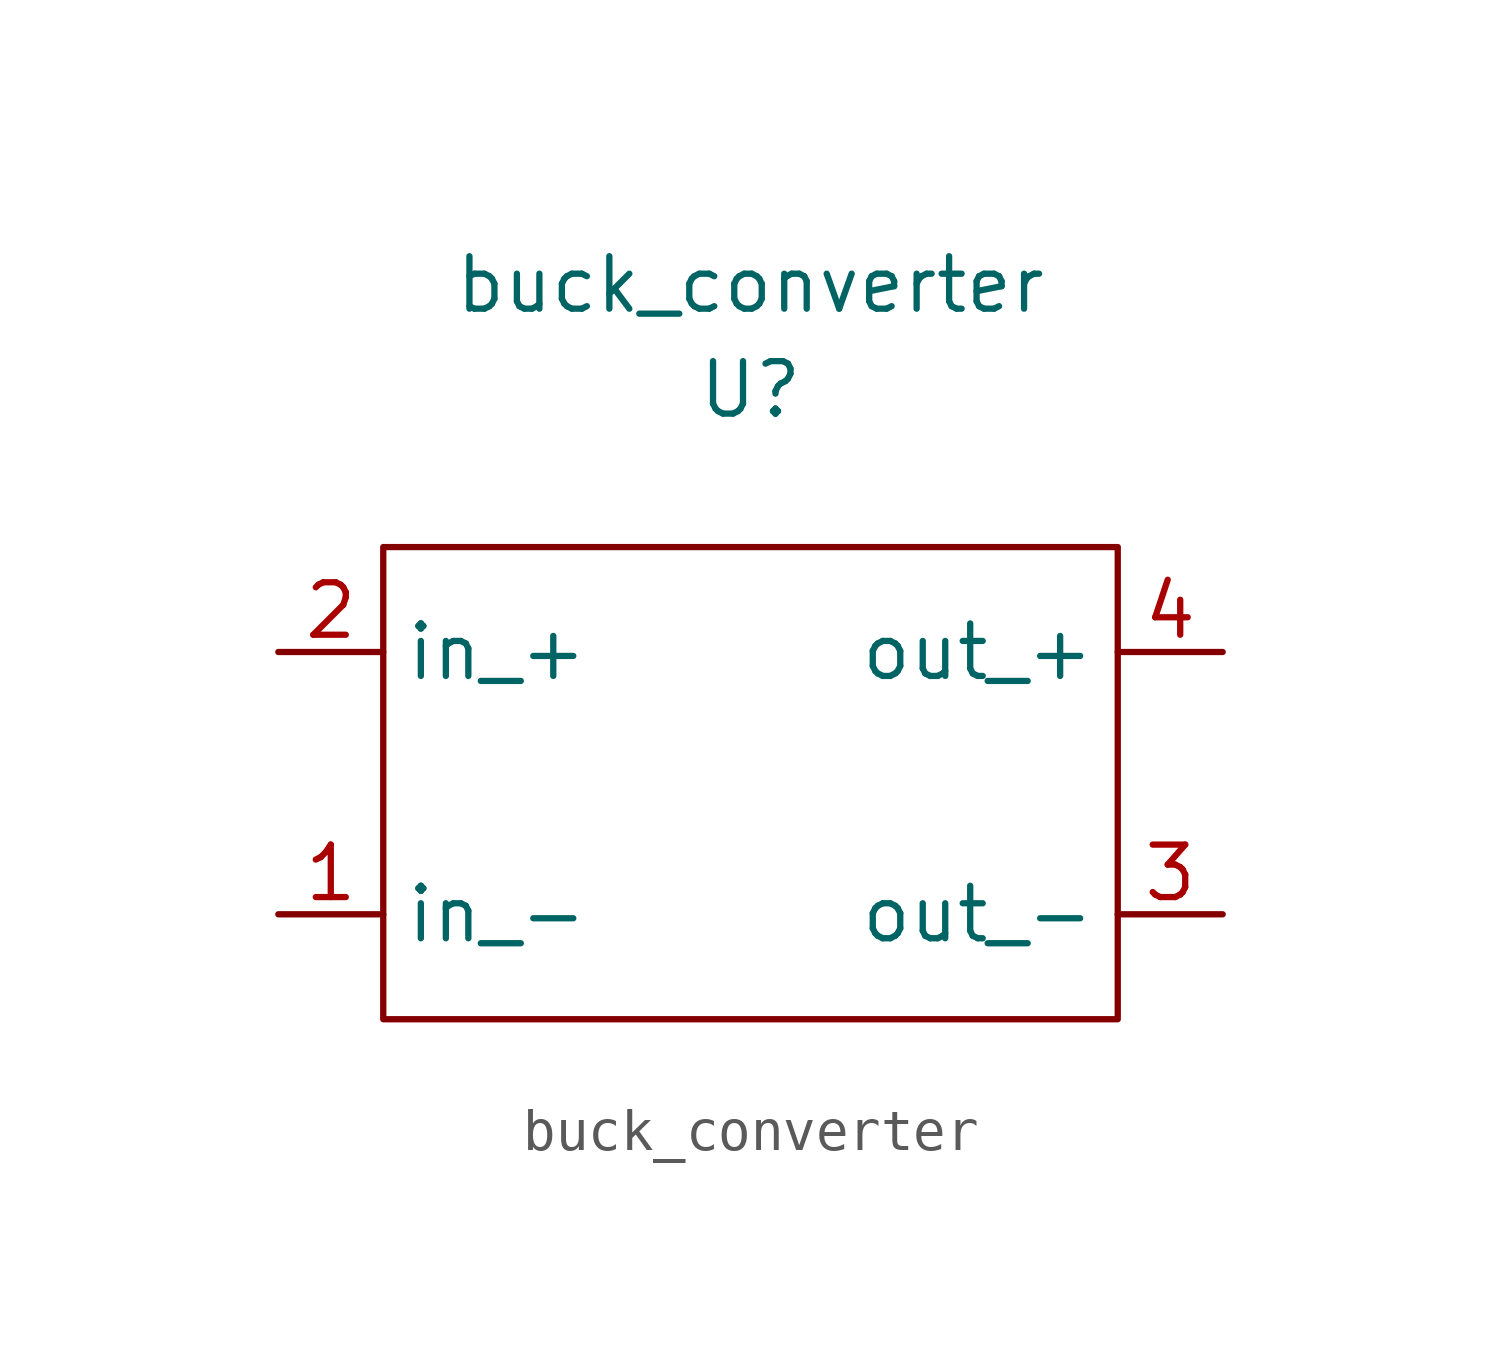
<source format=kicad_sym>
(kicad_symbol_lib
  (version 20211014)
  (generator kicad_symbol_editor)
  (symbol "buck_converter"
    (property "Reference" "U"
      (at 0 10.16 0)
      (effects (font (size 1.27 1.27))))
    (property "Value" "buck_converter"
      (at 0 12.7 0)
      (effects (font (size 1.27 1.27))))
    (symbol "buck_converter_0_1"
      (rectangle (start -8.89 6.35) (end 8.89 -5.08) (stroke (width 0) (type default) (color 0 0 0 0)) (fill (type none))))
    (symbol "buck_converter_1_1"
      (pin input line (at -11.43 -2.54 0) (length 2.54) (name "in_-" (effects (font (size 1.27 1.27)))) (number "1" (effects (font (size 1.27 1.27)))))
      (pin input line (at -11.43 3.81 0) (length 2.54) (name "in_+" (effects (font (size 1.27 1.27)))) (number "2" (effects (font (size 1.27 1.27)))))
      (pin input line (at 11.43 -2.54 180) (length 2.54) (name "out_-" (effects (font (size 1.27 1.27)))) (number "3" (effects (font (size 1.27 1.27)))))
      (pin input line (at 11.43 3.81 180) (length 2.54) (name "out_+" (effects (font (size 1.27 1.27)))) (number "4" (effects (font (size 1.27 1.27))))))))
</source>
